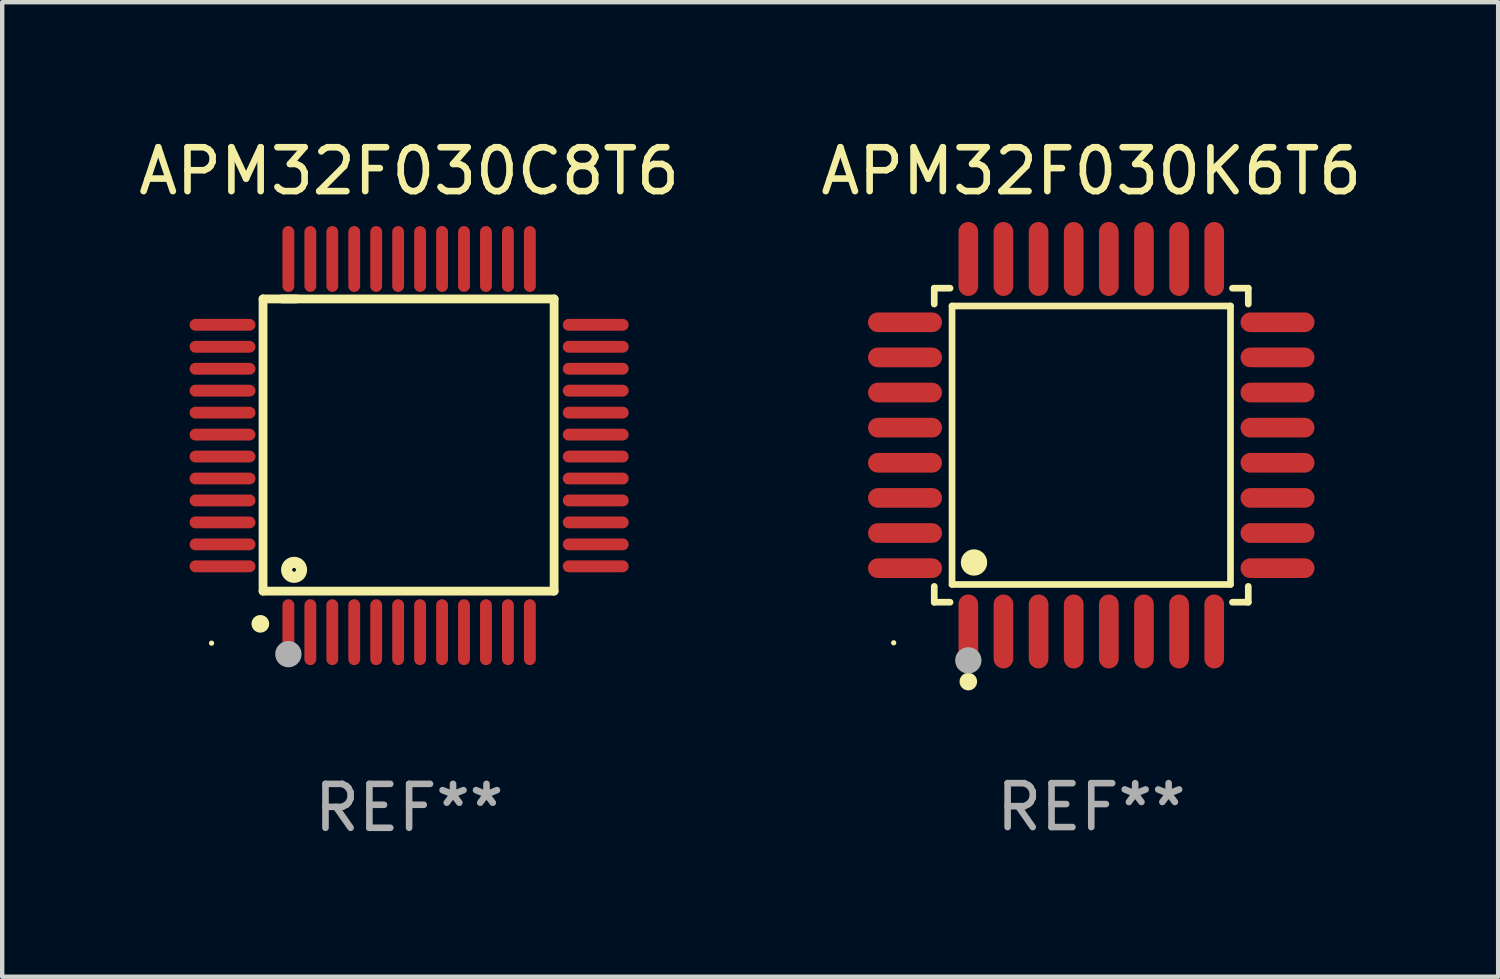
<source format=kicad_pcb>
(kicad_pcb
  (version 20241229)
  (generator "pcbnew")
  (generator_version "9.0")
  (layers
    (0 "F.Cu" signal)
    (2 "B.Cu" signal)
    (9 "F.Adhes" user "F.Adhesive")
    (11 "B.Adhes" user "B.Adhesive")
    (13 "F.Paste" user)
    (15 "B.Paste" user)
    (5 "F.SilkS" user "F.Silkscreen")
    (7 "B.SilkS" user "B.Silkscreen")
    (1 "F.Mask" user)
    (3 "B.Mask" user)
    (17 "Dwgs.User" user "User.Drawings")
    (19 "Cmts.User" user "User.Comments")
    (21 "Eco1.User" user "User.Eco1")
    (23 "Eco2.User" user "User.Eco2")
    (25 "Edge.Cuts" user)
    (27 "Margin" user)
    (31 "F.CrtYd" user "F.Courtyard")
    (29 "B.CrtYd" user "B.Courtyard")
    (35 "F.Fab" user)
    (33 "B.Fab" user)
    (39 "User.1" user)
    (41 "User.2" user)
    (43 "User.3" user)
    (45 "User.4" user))
  (footprint "APM32F030K6T6"
    (layer "F.Cu")
    (at 21.804 7.09)
    (property "Reference" "APM32F030K6T6" (at 0 -6.242 0) (layer "F.SilkS") (effects (font (size 1 1) (thickness 0.15))))
    (attr through_hole)
    (fp_line (start -3.576 -3.576) (end -3.215 -3.576) (stroke (width 0.152) (type solid)) (layer "F.SilkS"))
    (fp_line (start -3.576 -3.215) (end -3.576 -3.576) (stroke (width 0.152) (type solid)) (layer "F.SilkS"))
    (fp_line (start -3.576 3.215) (end -3.576 3.576) (stroke (width 0.152) (type solid)) (layer "F.SilkS"))
    (fp_line (start -3.576 3.576) (end -3.215 3.576) (stroke (width 0.152) (type solid)) (layer "F.SilkS"))
    (fp_line (start -3.171 -3.171) (end 3.171 -3.171) (stroke (width 0.152) (type solid)) (layer "F.SilkS"))
    (fp_line (start -3.171 3.171) (end -3.171 -3.171) (stroke (width 0.152) (type solid)) (layer "F.SilkS"))
    (fp_line (start 3.171 -3.171) (end 3.171 3.171) (stroke (width 0.152) (type solid)) (layer "F.SilkS"))
    (fp_line (start 3.171 3.171) (end -3.171 3.171) (stroke (width 0.152) (type solid)) (layer "F.SilkS"))
    (fp_line (start 3.576 -3.576) (end 3.215 -3.576) (stroke (width 0.152) (type solid)) (layer "F.SilkS"))
    (fp_line (start 3.576 -3.215) (end 3.576 -3.576) (stroke (width 0.152) (type solid)) (layer "F.SilkS"))
    (fp_line (start 3.576 3.215) (end 3.576 3.576) (stroke (width 0.152) (type solid)) (layer "F.SilkS"))
    (fp_line (start 3.576 3.576) (end 3.215 3.576) (stroke (width 0.152) (type solid)) (layer "F.SilkS"))
    (fp_circle (center -4.5 4.5) (end -4.47 4.5) (stroke (width 0.06) (type solid)) (fill no) (layer "F.SilkS"))
    (fp_circle (center -2.8 5.384) (end -2.7 5.384) (stroke (width 0.2) (type solid)) (fill no) (layer "F.SilkS"))
    (fp_circle (center -2.671 2.671) (end -2.521 2.671) (stroke (width 0.3) (type solid)) (fill no) (layer "F.SilkS"))
    (fp_circle (center -2.8 4.9) (end -2.65 4.9) (stroke (width 0.3) (type solid)) (fill no) (layer "F.Fab"))
    (fp_text user "REF**" (at 0 8.242 0) (layer "F.Fab") (effects (font (size 1 1) (thickness 0.15))))
    (pad "1" smd oval (at -2.8 4.242) (size 0.448 1.684) (layers "F.Cu" "F.Mask" "F.Paste"))
    (pad "2" smd oval (at -2 4.242) (size 0.448 1.684) (layers "F.Cu" "F.Mask" "F.Paste"))
    (pad "3" smd oval (at -1.2 4.242) (size 0.448 1.684) (layers "F.Cu" "F.Mask" "F.Paste"))
    (pad "4" smd oval (at -0.4 4.242) (size 0.448 1.684) (layers "F.Cu" "F.Mask" "F.Paste"))
    (pad "5" smd oval (at 0.4 4.242) (size 0.448 1.684) (layers "F.Cu" "F.Mask" "F.Paste"))
    (pad "6" smd oval (at 1.2 4.242) (size 0.448 1.684) (layers "F.Cu" "F.Mask" "F.Paste"))
    (pad "7" smd oval (at 2 4.242) (size 0.448 1.684) (layers "F.Cu" "F.Mask" "F.Paste"))
    (pad "8" smd oval (at 2.8 4.242) (size 0.448 1.684) (layers "F.Cu" "F.Mask" "F.Paste"))
    (pad "9" smd oval (at 4.242 2.8) (size 1.684 0.448) (layers "F.Cu" "F.Mask" "F.Paste"))
    (pad "10" smd oval (at 4.242 2) (size 1.684 0.448) (layers "F.Cu" "F.Mask" "F.Paste"))
    (pad "11" smd oval (at 4.242 1.2) (size 1.684 0.448) (layers "F.Cu" "F.Mask" "F.Paste"))
    (pad "12" smd oval (at 4.242 0.4) (size 1.684 0.448) (layers "F.Cu" "F.Mask" "F.Paste"))
    (pad "13" smd oval (at 4.242 -0.4) (size 1.684 0.448) (layers "F.Cu" "F.Mask" "F.Paste"))
    (pad "14" smd oval (at 4.242 -1.2) (size 1.684 0.448) (layers "F.Cu" "F.Mask" "F.Paste"))
    (pad "15" smd oval (at 4.242 -2) (size 1.684 0.448) (layers "F.Cu" "F.Mask" "F.Paste"))
    (pad "16" smd oval (at 4.242 -2.8) (size 1.684 0.448) (layers "F.Cu" "F.Mask" "F.Paste"))
    (pad "17" smd oval (at 2.8 -4.242) (size 0.448 1.684) (layers "F.Cu" "F.Mask" "F.Paste"))
    (pad "18" smd oval (at 2 -4.242) (size 0.448 1.684) (layers "F.Cu" "F.Mask" "F.Paste"))
    (pad "19" smd oval (at 1.2 -4.242) (size 0.448 1.684) (layers "F.Cu" "F.Mask" "F.Paste"))
    (pad "20" smd oval (at 0.4 -4.242) (size 0.448 1.684) (layers "F.Cu" "F.Mask" "F.Paste"))
    (pad "21" smd oval (at -0.4 -4.242) (size 0.448 1.684) (layers "F.Cu" "F.Mask" "F.Paste"))
    (pad "22" smd oval (at -1.2 -4.242) (size 0.448 1.684) (layers "F.Cu" "F.Mask" "F.Paste"))
    (pad "23" smd oval (at -2 -4.242) (size 0.448 1.684) (layers "F.Cu" "F.Mask" "F.Paste"))
    (pad "24" smd oval (at -2.8 -4.242) (size 0.448 1.684) (layers "F.Cu" "F.Mask" "F.Paste"))
    (pad "25" smd oval (at -4.242 -2.8) (size 1.684 0.448) (layers "F.Cu" "F.Mask" "F.Paste"))
    (pad "26" smd oval (at -4.242 -2) (size 1.684 0.448) (layers "F.Cu" "F.Mask" "F.Paste"))
    (pad "27" smd oval (at -4.242 -1.2) (size 1.684 0.448) (layers "F.Cu" "F.Mask" "F.Paste"))
    (pad "28" smd oval (at -4.242 -0.4) (size 1.684 0.448) (layers "F.Cu" "F.Mask" "F.Paste"))
    (pad "29" smd oval (at -4.242 0.4) (size 1.684 0.448) (layers "F.Cu" "F.Mask" "F.Paste"))
    (pad "30" smd oval (at -4.242 1.2) (size 1.684 0.448) (layers "F.Cu" "F.Mask" "F.Paste"))
    (pad "31" smd oval (at -4.242 2) (size 1.684 0.448) (layers "F.Cu" "F.Mask" "F.Paste"))
    (pad "32" smd oval (at -4.242 2.8) (size 1.684 0.448) (layers "F.Cu" "F.Mask" "F.Paste")))
  (footprint "APM32F030C8T6"
    (layer "F.Cu")
    (at 6.268 7.098)
    (property "Reference" "APM32F030C8T6" (at 0 -6.25 0) (layer "F.SilkS") (effects (font (size 1 1) (thickness 0.15))))
    (attr through_hole)
    (fp_line (start -3.327 -3.34) (end -2.565 -3.34) (stroke (width 0.2) (type solid)) (layer "F.SilkS"))
    (fp_line (start -3.327 3.315) (end -3.327 -3.34) (stroke (width 0.2) (type solid)) (layer "F.SilkS"))
    (fp_line (start -2.896 -3.34) (end 3.302 -3.34) (stroke (width 0.2) (type solid)) (layer "F.SilkS"))
    (fp_line (start 3.302 -3.34) (end 3.302 3.315) (stroke (width 0.2) (type solid)) (layer "F.SilkS"))
    (fp_line (start 3.302 3.315) (end -3.327 3.315) (stroke (width 0.2) (type solid)) (layer "F.SilkS"))
    (fp_arc (start -3.389992 4.059995) (mid -3.388722 4.059991) (end -3.387452 4.059995) (stroke (width 0.4) (type solid)) (layer "F.SilkS"))
    (fp_circle (center -4.5 4.5) (end -4.47 4.5) (stroke (width 0.06) (type solid)) (fill no) (layer "F.SilkS"))
    (fp_circle (center -2.62 2.83) (end -2.45 2.83) (stroke (width 0.254) (type solid)) (fill no) (layer "F.SilkS"))
    (fp_circle (center -2.75 4.75) (end -2.6 4.75) (stroke (width 0.3) (type solid)) (fill no) (layer "F.Fab"))
    (fp_text user "REF**" (at 0 8.25 0) (layer "F.Fab") (effects (font (size 1 1) (thickness 0.15))))
    (pad "1" smd oval (at -2.75 4.25) (size 0.27 1.5) (layers "F.Cu" "F.Mask" "F.Paste"))
    (pad "2" smd oval (at -2.25 4.25) (size 0.27 1.5) (layers "F.Cu" "F.Mask" "F.Paste"))
    (pad "3" smd oval (at -1.75 4.25) (size 0.27 1.5) (layers "F.Cu" "F.Mask" "F.Paste"))
    (pad "4" smd oval (at -1.25 4.25) (size 0.27 1.5) (layers "F.Cu" "F.Mask" "F.Paste"))
    (pad "5" smd oval (at -0.75 4.25) (size 0.27 1.5) (layers "F.Cu" "F.Mask" "F.Paste"))
    (pad "6" smd oval (at -0.25 4.25) (size 0.27 1.5) (layers "F.Cu" "F.Mask" "F.Paste"))
    (pad "7" smd oval (at 0.25 4.25) (size 0.27 1.5) (layers "F.Cu" "F.Mask" "F.Paste"))
    (pad "8" smd oval (at 0.75 4.25) (size 0.27 1.5) (layers "F.Cu" "F.Mask" "F.Paste"))
    (pad "9" smd oval (at 1.25 4.25) (size 0.27 1.5) (layers "F.Cu" "F.Mask" "F.Paste"))
    (pad "10" smd oval (at 1.75 4.25) (size 0.27 1.5) (layers "F.Cu" "F.Mask" "F.Paste"))
    (pad "11" smd oval (at 2.25 4.25) (size 0.27 1.5) (layers "F.Cu" "F.Mask" "F.Paste"))
    (pad "12" smd oval (at 2.75 4.25) (size 0.27 1.5) (layers "F.Cu" "F.Mask" "F.Paste"))
    (pad "13" smd oval (at 4.25 2.75) (size 1.5 0.27) (layers "F.Cu" "F.Mask" "F.Paste"))
    (pad "14" smd oval (at 4.25 2.25) (size 1.5 0.27) (layers "F.Cu" "F.Mask" "F.Paste"))
    (pad "15" smd oval (at 4.25 1.75) (size 1.5 0.27) (layers "F.Cu" "F.Mask" "F.Paste"))
    (pad "16" smd oval (at 4.25 1.25) (size 1.5 0.27) (layers "F.Cu" "F.Mask" "F.Paste"))
    (pad "17" smd oval (at 4.25 0.75) (size 1.5 0.27) (layers "F.Cu" "F.Mask" "F.Paste"))
    (pad "18" smd oval (at 4.25 0.25) (size 1.5 0.27) (layers "F.Cu" "F.Mask" "F.Paste"))
    (pad "19" smd oval (at 4.25 -0.25) (size 1.5 0.27) (layers "F.Cu" "F.Mask" "F.Paste"))
    (pad "20" smd oval (at 4.25 -0.75) (size 1.5 0.27) (layers "F.Cu" "F.Mask" "F.Paste"))
    (pad "21" smd oval (at 4.25 -1.25) (size 1.5 0.27) (layers "F.Cu" "F.Mask" "F.Paste"))
    (pad "22" smd oval (at 4.25 -1.75) (size 1.5 0.27) (layers "F.Cu" "F.Mask" "F.Paste"))
    (pad "23" smd oval (at 4.25 -2.25) (size 1.5 0.27) (layers "F.Cu" "F.Mask" "F.Paste"))
    (pad "24" smd oval (at 4.25 -2.75) (size 1.5 0.27) (layers "F.Cu" "F.Mask" "F.Paste"))
    (pad "25" smd oval (at 2.75 -4.25) (size 0.27 1.5) (layers "F.Cu" "F.Mask" "F.Paste"))
    (pad "26" smd oval (at 2.25 -4.25) (size 0.27 1.5) (layers "F.Cu" "F.Mask" "F.Paste"))
    (pad "27" smd oval (at 1.75 -4.25) (size 0.27 1.5) (layers "F.Cu" "F.Mask" "F.Paste"))
    (pad "28" smd oval (at 1.25 -4.25) (size 0.27 1.5) (layers "F.Cu" "F.Mask" "F.Paste"))
    (pad "29" smd oval (at 0.75 -4.25) (size 0.27 1.5) (layers "F.Cu" "F.Mask" "F.Paste"))
    (pad "30" smd oval (at 0.25 -4.25) (size 0.27 1.5) (layers "F.Cu" "F.Mask" "F.Paste"))
    (pad "31" smd oval (at -0.25 -4.25) (size 0.27 1.5) (layers "F.Cu" "F.Mask" "F.Paste"))
    (pad "32" smd oval (at -0.75 -4.25) (size 0.27 1.5) (layers "F.Cu" "F.Mask" "F.Paste"))
    (pad "33" smd oval (at -1.25 -4.25) (size 0.27 1.5) (layers "F.Cu" "F.Mask" "F.Paste"))
    (pad "34" smd oval (at -1.75 -4.25) (size 0.27 1.5) (layers "F.Cu" "F.Mask" "F.Paste"))
    (pad "35" smd oval (at -2.25 -4.25) (size 0.27 1.5) (layers "F.Cu" "F.Mask" "F.Paste"))
    (pad "36" smd oval (at -2.75 -4.25) (size 0.27 1.5) (layers "F.Cu" "F.Mask" "F.Paste"))
    (pad "37" smd oval (at -4.25 -2.75) (size 1.5 0.27) (layers "F.Cu" "F.Mask" "F.Paste"))
    (pad "38" smd oval (at -4.25 -2.25) (size 1.5 0.27) (layers "F.Cu" "F.Mask" "F.Paste"))
    (pad "39" smd oval (at -4.25 -1.75) (size 1.5 0.27) (layers "F.Cu" "F.Mask" "F.Paste"))
    (pad "40" smd oval (at -4.25 -1.25) (size 1.5 0.27) (layers "F.Cu" "F.Mask" "F.Paste"))
    (pad "41" smd oval (at -4.25 -0.75) (size 1.5 0.27) (layers "F.Cu" "F.Mask" "F.Paste"))
    (pad "42" smd oval (at -4.25 -0.25) (size 1.5 0.27) (layers "F.Cu" "F.Mask" "F.Paste"))
    (pad "43" smd oval (at -4.25 0.25) (size 1.5 0.27) (layers "F.Cu" "F.Mask" "F.Paste"))
    (pad "44" smd oval (at -4.25 0.75) (size 1.5 0.27) (layers "F.Cu" "F.Mask" "F.Paste"))
    (pad "45" smd oval (at -4.25 1.25) (size 1.5 0.27) (layers "F.Cu" "F.Mask" "F.Paste"))
    (pad "46" smd oval (at -4.25 1.75) (size 1.5 0.27) (layers "F.Cu" "F.Mask" "F.Paste"))
    (pad "47" smd oval (at -4.25 2.25) (size 1.5 0.27) (layers "F.Cu" "F.Mask" "F.Paste"))
    (pad "48" smd oval (at -4.25 2.75) (size 1.5 0.27) (layers "F.Cu" "F.Mask" "F.Paste")))
  (gr_rect
    (start -3 -3)
    (end 31.071 19.196)
    (stroke (width 0.1) (type default))
    (fill no)
    (layer "Edge.Cuts")))
</source>
